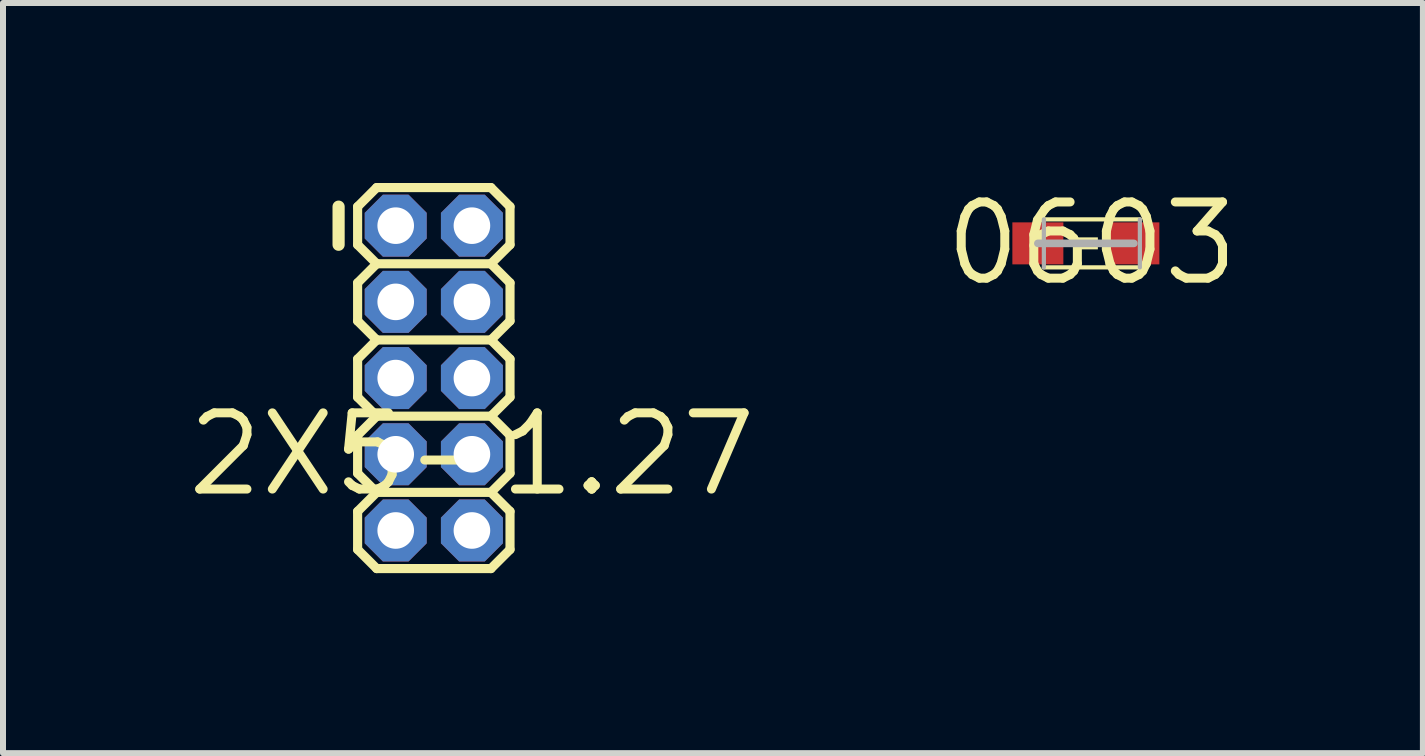
<source format=kicad_pcb>
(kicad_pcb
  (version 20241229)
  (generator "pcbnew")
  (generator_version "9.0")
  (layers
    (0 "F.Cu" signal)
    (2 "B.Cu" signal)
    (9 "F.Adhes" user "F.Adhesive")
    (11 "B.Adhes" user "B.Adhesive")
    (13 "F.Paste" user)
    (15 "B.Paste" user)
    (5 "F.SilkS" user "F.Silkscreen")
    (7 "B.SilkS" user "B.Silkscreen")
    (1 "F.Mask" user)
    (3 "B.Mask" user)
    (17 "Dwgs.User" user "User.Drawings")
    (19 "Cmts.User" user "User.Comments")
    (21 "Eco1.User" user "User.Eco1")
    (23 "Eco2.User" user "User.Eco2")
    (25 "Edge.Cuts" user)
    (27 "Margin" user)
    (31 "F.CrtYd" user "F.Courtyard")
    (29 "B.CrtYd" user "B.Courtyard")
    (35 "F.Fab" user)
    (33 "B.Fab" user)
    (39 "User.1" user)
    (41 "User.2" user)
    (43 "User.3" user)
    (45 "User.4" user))
  (footprint "2X5-1.27"
    (layer "F.Cu")
    (at 4.815 4.521)
    (property "Reference" "2X5-1.27" (at 0 0 0) (layer "F.SilkS") (effects (font (size 1.27 1.27) (thickness 0.15))))
    (fp_poly (pts (xy -0.753 -4.024) (xy -0.753 -3.596) (xy -1.056 -3.293) (xy -1.484 -3.293) (xy -1.787 -3.596) (xy -1.787 -4.024) (xy -1.484 -4.327) (xy -1.056 -4.327)) (stroke (width 0) (type default)) (fill yes) (layer "F.Mask"))
    (fp_poly (pts (xy -0.753 -2.754) (xy -0.753 -2.326) (xy -1.056 -2.023) (xy -1.484 -2.023) (xy -1.787 -2.326) (xy -1.787 -2.754) (xy -1.484 -3.057) (xy -1.056 -3.057)) (stroke (width 0) (type default)) (fill yes) (layer "F.Mask"))
    (fp_poly (pts (xy -0.753 -1.484) (xy -0.753 -1.056) (xy -1.056 -0.753) (xy -1.484 -0.753) (xy -1.787 -1.056) (xy -1.787 -1.484) (xy -1.484 -1.787) (xy -1.056 -1.787)) (stroke (width 0) (type default)) (fill yes) (layer "F.Mask"))
    (fp_poly (pts (xy -0.753 -0.214) (xy -0.753 0.214) (xy -1.056 0.517) (xy -1.484 0.517) (xy -1.787 0.214) (xy -1.787 -0.214) (xy -1.484 -0.517) (xy -1.056 -0.517)) (stroke (width 0) (type default)) (fill yes) (layer "F.Mask"))
    (fp_poly (pts (xy -0.753 1.056) (xy -0.753 1.484) (xy -1.056 1.787) (xy -1.484 1.787) (xy -1.787 1.484) (xy -1.787 1.056) (xy -1.484 0.753) (xy -1.056 0.753)) (stroke (width 0) (type default)) (fill yes) (layer "F.Mask"))
    (fp_poly (pts (xy 0.517 -4.024) (xy 0.517 -3.596) (xy 0.214 -3.293) (xy -0.214 -3.293) (xy -0.517 -3.596) (xy -0.517 -4.024) (xy -0.214 -4.327) (xy 0.214 -4.327)) (stroke (width 0) (type default)) (fill yes) (layer "F.Mask"))
    (fp_poly (pts (xy 0.517 -2.754) (xy 0.517 -2.326) (xy 0.214 -2.023) (xy -0.214 -2.023) (xy -0.517 -2.326) (xy -0.517 -2.754) (xy -0.214 -3.057) (xy 0.214 -3.057)) (stroke (width 0) (type default)) (fill yes) (layer "F.Mask"))
    (fp_poly (pts (xy 0.517 -1.484) (xy 0.517 -1.056) (xy 0.214 -0.753) (xy -0.214 -0.753) (xy -0.517 -1.056) (xy -0.517 -1.484) (xy -0.214 -1.787) (xy 0.214 -1.787)) (stroke (width 0) (type default)) (fill yes) (layer "F.Mask"))
    (fp_poly (pts (xy 0.517 -0.214) (xy 0.517 0.214) (xy 0.214 0.517) (xy -0.214 0.517) (xy -0.517 0.214) (xy -0.517 -0.214) (xy -0.214 -0.517) (xy 0.214 -0.517)) (stroke (width 0) (type default)) (fill yes) (layer "F.Mask"))
    (fp_poly (pts (xy 0.517 1.056) (xy 0.517 1.484) (xy 0.214 1.787) (xy -0.214 1.787) (xy -0.517 1.484) (xy -0.517 1.056) (xy -0.214 0.753) (xy 0.214 0.753)) (stroke (width 0) (type default)) (fill yes) (layer "F.Mask"))
    (fp_poly (pts (xy -0.753 -4.024) (xy -0.753 -3.596) (xy -1.056 -3.293) (xy -1.484 -3.293) (xy -1.787 -3.596) (xy -1.787 -4.024) (xy -1.484 -4.327) (xy -1.056 -4.327)) (stroke (width 0) (type default)) (fill yes) (layer "B.Mask"))
    (fp_poly (pts (xy -0.753 -2.754) (xy -0.753 -2.326) (xy -1.056 -2.023) (xy -1.484 -2.023) (xy -1.787 -2.326) (xy -1.787 -2.754) (xy -1.484 -3.057) (xy -1.056 -3.057)) (stroke (width 0) (type default)) (fill yes) (layer "B.Mask"))
    (fp_poly (pts (xy -0.753 -1.484) (xy -0.753 -1.056) (xy -1.056 -0.753) (xy -1.484 -0.753) (xy -1.787 -1.056) (xy -1.787 -1.484) (xy -1.484 -1.787) (xy -1.056 -1.787)) (stroke (width 0) (type default)) (fill yes) (layer "B.Mask"))
    (fp_poly (pts (xy -0.753 -0.214) (xy -0.753 0.214) (xy -1.056 0.517) (xy -1.484 0.517) (xy -1.787 0.214) (xy -1.787 -0.214) (xy -1.484 -0.517) (xy -1.056 -0.517)) (stroke (width 0) (type default)) (fill yes) (layer "B.Mask"))
    (fp_poly (pts (xy -0.753 1.056) (xy -0.753 1.484) (xy -1.056 1.787) (xy -1.484 1.787) (xy -1.787 1.484) (xy -1.787 1.056) (xy -1.484 0.753) (xy -1.056 0.753)) (stroke (width 0) (type default)) (fill yes) (layer "B.Mask"))
    (fp_poly (pts (xy 0.517 -4.024) (xy 0.517 -3.596) (xy 0.214 -3.293) (xy -0.214 -3.293) (xy -0.517 -3.596) (xy -0.517 -4.024) (xy -0.214 -4.327) (xy 0.214 -4.327)) (stroke (width 0) (type default)) (fill yes) (layer "B.Mask"))
    (fp_poly (pts (xy 0.517 -2.754) (xy 0.517 -2.326) (xy 0.214 -2.023) (xy -0.214 -2.023) (xy -0.517 -2.326) (xy -0.517 -2.754) (xy -0.214 -3.057) (xy 0.214 -3.057)) (stroke (width 0) (type default)) (fill yes) (layer "B.Mask"))
    (fp_poly (pts (xy 0.517 -1.484) (xy 0.517 -1.056) (xy 0.214 -0.753) (xy -0.214 -0.753) (xy -0.517 -1.056) (xy -0.517 -1.484) (xy -0.214 -1.787) (xy 0.214 -1.787)) (stroke (width 0) (type default)) (fill yes) (layer "B.Mask"))
    (fp_poly (pts (xy 0.517 -0.214) (xy 0.517 0.214) (xy 0.214 0.517) (xy -0.214 0.517) (xy -0.517 0.214) (xy -0.517 -0.214) (xy -0.214 -0.517) (xy 0.214 -0.517)) (stroke (width 0) (type default)) (fill yes) (layer "B.Mask"))
    (fp_poly (pts (xy 0.517 1.056) (xy 0.517 1.484) (xy 0.214 1.787) (xy -0.214 1.787) (xy -0.517 1.484) (xy -0.517 1.056) (xy -0.214 0.753) (xy 0.214 0.753)) (stroke (width 0) (type default)) (fill yes) (layer "B.Mask"))
    (fp_line (start -2.222 -4.127) (end -2.222 -3.492) (stroke (width 0.203) (type solid)) (layer "F.SilkS"))
    (fp_line (start -1.905 -4.127) (end -1.905 -3.492) (stroke (width 0.152) (type solid)) (layer "F.SilkS"))
    (fp_line (start -1.905 -3.492) (end -1.587 -3.175) (stroke (width 0.152) (type solid)) (layer "F.SilkS"))
    (fp_line (start -1.905 -2.857) (end -1.905 -2.222) (stroke (width 0.152) (type solid)) (layer "F.SilkS"))
    (fp_line (start -1.905 -2.222) (end -1.587 -1.905) (stroke (width 0.152) (type solid)) (layer "F.SilkS"))
    (fp_line (start -1.905 -1.587) (end -1.905 -0.952) (stroke (width 0.152) (type solid)) (layer "F.SilkS"))
    (fp_line (start -1.905 -0.952) (end -1.587 -0.635) (stroke (width 0.152) (type solid)) (layer "F.SilkS"))
    (fp_line (start -1.905 -0.317) (end -1.905 0.317) (stroke (width 0.152) (type solid)) (layer "F.SilkS"))
    (fp_line (start -1.905 0.317) (end -1.587 0.635) (stroke (width 0.152) (type solid)) (layer "F.SilkS"))
    (fp_line (start -1.905 0.952) (end -1.905 1.587) (stroke (width 0.152) (type solid)) (layer "F.SilkS"))
    (fp_line (start -1.905 1.587) (end -1.587 1.905) (stroke (width 0.152) (type solid)) (layer "F.SilkS"))
    (fp_line (start -1.587 -4.445) (end -1.905 -4.127) (stroke (width 0.152) (type solid)) (layer "F.SilkS"))
    (fp_line (start -1.587 -4.445) (end 0.317 -4.445) (stroke (width 0.152) (type solid)) (layer "F.SilkS"))
    (fp_line (start -1.587 -3.175) (end -1.905 -2.857) (stroke (width 0.152) (type solid)) (layer "F.SilkS"))
    (fp_line (start -1.587 -1.905) (end -1.905 -1.587) (stroke (width 0.152) (type solid)) (layer "F.SilkS"))
    (fp_line (start -1.587 -0.635) (end -1.905 -0.317) (stroke (width 0.152) (type solid)) (layer "F.SilkS"))
    (fp_line (start -1.587 0.635) (end -1.905 0.952) (stroke (width 0.152) (type solid)) (layer "F.SilkS"))
    (fp_line (start 0.317 -4.445) (end 0.635 -4.127) (stroke (width 0.152) (type solid)) (layer "F.SilkS"))
    (fp_line (start 0.317 -3.175) (end -1.587 -3.175) (stroke (width 0.152) (type solid)) (layer "F.SilkS"))
    (fp_line (start 0.317 -3.175) (end 0.635 -2.857) (stroke (width 0.152) (type solid)) (layer "F.SilkS"))
    (fp_line (start 0.317 -1.905) (end -1.587 -1.905) (stroke (width 0.152) (type solid)) (layer "F.SilkS"))
    (fp_line (start 0.317 -1.905) (end 0.635 -1.587) (stroke (width 0.152) (type solid)) (layer "F.SilkS"))
    (fp_line (start 0.317 -0.635) (end -1.587 -0.635) (stroke (width 0.152) (type solid)) (layer "F.SilkS"))
    (fp_line (start 0.317 -0.635) (end 0.635 -0.317) (stroke (width 0.152) (type solid)) (layer "F.SilkS"))
    (fp_line (start 0.317 0.635) (end -1.587 0.635) (stroke (width 0.152) (type solid)) (layer "F.SilkS"))
    (fp_line (start 0.317 0.635) (end 0.635 0.952) (stroke (width 0.152) (type solid)) (layer "F.SilkS"))
    (fp_line (start 0.317 1.905) (end -1.587 1.905) (stroke (width 0.152) (type solid)) (layer "F.SilkS"))
    (fp_line (start 0.635 -4.127) (end 0.635 -3.492) (stroke (width 0.152) (type solid)) (layer "F.SilkS"))
    (fp_line (start 0.635 -3.492) (end 0.317 -3.175) (stroke (width 0.152) (type solid)) (layer "F.SilkS"))
    (fp_line (start 0.635 -2.857) (end 0.635 -2.222) (stroke (width 0.152) (type solid)) (layer "F.SilkS"))
    (fp_line (start 0.635 -2.222) (end 0.317 -1.905) (stroke (width 0.152) (type solid)) (layer "F.SilkS"))
    (fp_line (start 0.635 -1.587) (end 0.635 -0.952) (stroke (width 0.152) (type solid)) (layer "F.SilkS"))
    (fp_line (start 0.635 -0.952) (end 0.317 -0.635) (stroke (width 0.152) (type solid)) (layer "F.SilkS"))
    (fp_line (start 0.635 -0.317) (end 0.635 0.317) (stroke (width 0.152) (type solid)) (layer "F.SilkS"))
    (fp_line (start 0.635 0.317) (end 0.317 0.635) (stroke (width 0.152) (type solid)) (layer "F.SilkS"))
    (fp_line (start 0.635 0.952) (end 0.635 1.587) (stroke (width 0.152) (type solid)) (layer "F.SilkS"))
    (fp_line (start 0.635 1.587) (end 0.317 1.905) (stroke (width 0.152) (type solid)) (layer "F.SilkS"))
    (fp_poly (pts (xy -1.143 -3.937) (xy -1.397 -3.937) (xy -1.397 -3.683) (xy -1.143 -3.683)) (stroke (width 0.1) (type default)) (fill no) (layer "F.Fab"))
    (fp_poly (pts (xy -1.143 -2.667) (xy -1.397 -2.667) (xy -1.397 -2.413) (xy -1.143 -2.413)) (stroke (width 0.1) (type default)) (fill no) (layer "F.Fab"))
    (fp_poly (pts (xy -1.143 -1.397) (xy -1.397 -1.397) (xy -1.397 -1.143) (xy -1.143 -1.143)) (stroke (width 0.1) (type default)) (fill no) (layer "F.Fab"))
    (fp_poly (pts (xy -1.143 -0.127) (xy -1.397 -0.127) (xy -1.397 0.127) (xy -1.143 0.127)) (stroke (width 0.1) (type default)) (fill no) (layer "F.Fab"))
    (fp_poly (pts (xy -1.143 1.143) (xy -1.397 1.143) (xy -1.397 1.397) (xy -1.143 1.397)) (stroke (width 0.1) (type default)) (fill no) (layer "F.Fab"))
    (fp_poly (pts (xy 0.127 -3.937) (xy -0.127 -3.937) (xy -0.127 -3.683) (xy 0.127 -3.683)) (stroke (width 0.1) (type default)) (fill no) (layer "F.Fab"))
    (fp_poly (pts (xy 0.127 -2.667) (xy -0.127 -2.667) (xy -0.127 -2.413) (xy 0.127 -2.413)) (stroke (width 0.1) (type default)) (fill no) (layer "F.Fab"))
    (fp_poly (pts (xy 0.127 -1.397) (xy -0.127 -1.397) (xy -0.127 -1.143) (xy 0.127 -1.143)) (stroke (width 0.1) (type default)) (fill no) (layer "F.Fab"))
    (fp_poly (pts (xy 0.127 -0.127) (xy -0.127 -0.127) (xy -0.127 0.127) (xy 0.127 0.127)) (stroke (width 0.1) (type default)) (fill no) (layer "F.Fab"))
    (fp_poly (pts (xy 0.127 1.143) (xy -0.127 1.143) (xy -0.127 1.397) (xy 0.127 1.397)) (stroke (width 0.1) (type default)) (fill no) (layer "F.Fab"))
    (pad "1" thru_hole roundrect (at -1.27 -3.81 270) (size 1.033 1.033) (drill 0.61) (layers "*.Cu") (roundrect_rratio 0.25) (chamfer_ratio 0.293) (chamfer top_left top_right bottom_left bottom_right))
    (pad "2" thru_hole roundrect (at 0 -3.81 270) (size 1.033 1.033) (drill 0.61) (layers "*.Cu") (roundrect_rratio 0.25) (chamfer_ratio 0.293) (chamfer top_left top_right bottom_left bottom_right))
    (pad "3" thru_hole roundrect (at -1.27 -2.54 270) (size 1.033 1.033) (drill 0.61) (layers "*.Cu") (roundrect_rratio 0.25) (chamfer_ratio 0.293) (chamfer top_left top_right bottom_left bottom_right))
    (pad "4" thru_hole roundrect (at 0 -2.54 270) (size 1.033 1.033) (drill 0.61) (layers "*.Cu") (roundrect_rratio 0.25) (chamfer_ratio 0.293) (chamfer top_left top_right bottom_left bottom_right))
    (pad "5" thru_hole roundrect (at -1.27 -1.27 270) (size 1.033 1.033) (drill 0.61) (layers "*.Cu") (roundrect_rratio 0.25) (chamfer_ratio 0.293) (chamfer top_left top_right bottom_left bottom_right))
    (pad "6" thru_hole roundrect (at 0 -1.27 270) (size 1.033 1.033) (drill 0.61) (layers "*.Cu") (roundrect_rratio 0.25) (chamfer_ratio 0.293) (chamfer top_left top_right bottom_left bottom_right))
    (pad "7" thru_hole roundrect (at -1.27 0 270) (size 1.033 1.033) (drill 0.61) (layers "*.Cu") (roundrect_rratio 0.25) (chamfer_ratio 0.293) (chamfer top_left top_right bottom_left bottom_right))
    (pad "8" thru_hole roundrect (at 0 0 270) (size 1.033 1.033) (drill 0.61) (layers "*.Cu") (roundrect_rratio 0.25) (chamfer_ratio 0.293) (chamfer top_left top_right bottom_left bottom_right))
    (pad "9" thru_hole roundrect (at -1.27 1.27 270) (size 1.033 1.033) (drill 0.61) (layers "*.Cu") (roundrect_rratio 0.25) (chamfer_ratio 0.293) (chamfer top_left top_right bottom_left bottom_right))
    (pad "10" thru_hole roundrect (at 0 1.27 270) (size 1.033 1.033) (drill 0.61) (layers "*.Cu") (roundrect_rratio 0.25) (chamfer_ratio 0.293) (chamfer top_left top_right bottom_left bottom_right)))
  (footprint "0603"
    (layer "F.Cu")
    (at 15.147 1.006)
    (property "Reference" "0603" (at 0 0 0) (layer "F.SilkS") (effects (font (size 1.27 1.27) (thickness 0.15))))
    (fp_poly (pts (xy -1.325 -0.35) (xy -0.475 -0.35) (xy -0.475 0.35) (xy -1.325 0.35)) (stroke (width 0) (type default)) (fill yes) (layer "F.Mask"))
    (fp_poly (pts (xy 0.275 -0.35) (xy 1.125 -0.35) (xy 1.125 0.35) (xy 0.275 0.35)) (stroke (width 0) (type default)) (fill yes) (layer "F.Mask"))
    (fp_line (start -0.8 -0.4) (end 0.8 -0.4) (stroke (width 0.07) (type solid)) (layer "F.SilkS"))
    (fp_line (start 0.8 0.4) (end -0.8 0.4) (stroke (width 0.07) (type solid)) (layer "F.SilkS"))
    (fp_poly (pts (xy 0.1 -0.1) (xy -0.3 -0.1) (xy -0.3 0.1) (xy 0.1 0.1)) (stroke (width 0) (type default)) (fill yes) (layer "F.SilkS"))
    (fp_poly (pts (xy -1.325 -0.35) (xy -0.475 -0.35) (xy -0.475 0.35) (xy -1.325 0.35)) (stroke (width 0) (type default)) (fill yes) (layer "F.Paste"))
    (fp_poly (pts (xy 0.275 -0.35) (xy 1.125 -0.35) (xy 1.125 0.35) (xy 0.275 0.35)) (stroke (width 0) (type default)) (fill yes) (layer "F.Paste"))
    (fp_line (start -0.9 0) (end 0.7 0) (stroke (width 0.127) (type solid)) (layer "F.Fab"))
    (fp_line (start -0.8 0.4) (end -0.8 -0.4) (stroke (width 0.07) (type solid)) (layer "F.Fab"))
    (fp_line (start 0.8 -0.4) (end 0.8 0.4) (stroke (width 0.07) (type solid)) (layer "F.Fab"))
    (pad "1" smd rect (at -0.9 0) (size 0.85 0.7) (layers "F.Cu"))
    (pad "2" smd rect (at 0.7 0) (size 0.85 0.7) (layers "F.Cu")))
  (gr_rect
    (start -3 -3)
    (end 20.664 9.502)
    (stroke (width 0.1) (type default))
    (fill no)
    (layer "Edge.Cuts")))
</source>
